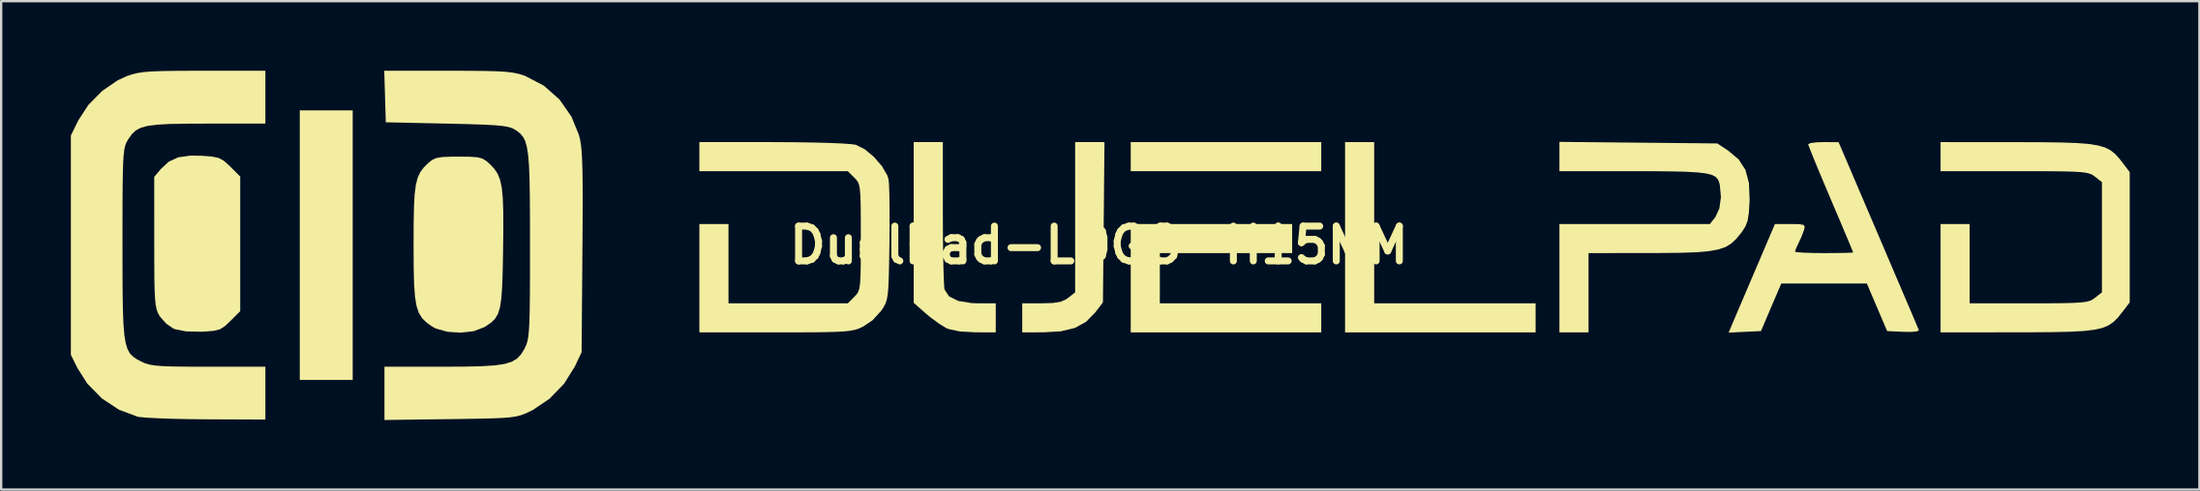
<source format=kicad_pcb>
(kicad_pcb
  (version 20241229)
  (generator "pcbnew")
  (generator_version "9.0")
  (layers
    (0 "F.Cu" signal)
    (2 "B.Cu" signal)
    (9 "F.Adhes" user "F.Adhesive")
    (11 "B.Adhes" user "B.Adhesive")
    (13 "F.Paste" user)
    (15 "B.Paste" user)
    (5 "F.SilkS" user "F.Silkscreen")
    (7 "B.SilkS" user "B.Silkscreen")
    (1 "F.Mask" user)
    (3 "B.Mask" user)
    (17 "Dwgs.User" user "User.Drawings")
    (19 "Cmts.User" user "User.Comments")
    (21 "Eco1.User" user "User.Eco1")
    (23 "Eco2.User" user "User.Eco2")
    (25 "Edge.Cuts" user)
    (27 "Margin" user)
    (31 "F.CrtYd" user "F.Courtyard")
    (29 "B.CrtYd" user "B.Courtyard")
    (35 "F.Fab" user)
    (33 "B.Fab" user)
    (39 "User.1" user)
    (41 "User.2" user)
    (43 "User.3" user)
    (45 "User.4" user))
  (footprint "DuelPad-LOGO-H15MM"
    (layer "F.Cu")
    (at 44.251 7.517)
    (property "Reference" "DuelPad-LOGO-H15MM" (at 0 0 0) (layer "F.SilkS") (effects (font (size 1.5 1.5) (thickness 0.3))))
    (attr board_only exclude_from_pos_files exclude_from_bom)
    (fp_poly (pts (xy -32.12 0) (xy -32.12 5.809) (xy -33.259 5.809) (xy -34.398 5.809) (xy -34.398 0) (xy -34.398 -5.809) (xy -33.259 -5.809) (xy -32.12 -5.809)) (stroke (width 0) (type solid)) (fill yes) (layer "F.SilkS"))
    (fp_poly (pts (xy 9.568 -3.816) (xy 9.568 -3.189) (xy 5.467 -3.189) (xy 1.367 -3.189) (xy 1.367 -3.816) (xy 1.367 -4.442) (xy 5.467 -4.442) (xy 9.568 -4.442)) (stroke (width 0) (type solid)) (fill yes) (layer "F.SilkS"))
    (fp_poly (pts (xy 11.846 -0.968) (xy 11.846 2.506) (xy 15.32 2.506) (xy 18.794 2.506) (xy 18.794 3.132) (xy 18.794 3.759) (xy 14.693 3.759) (xy 10.593 3.759) (xy 10.593 -0.342) (xy 10.593 -4.442) (xy 11.219 -4.442) (xy 11.846 -4.442)) (stroke (width 0) (type solid)) (fill yes) (layer "F.SilkS"))
    (fp_poly (pts (xy 8.315 -0.285) (xy 8.315 0.342) (xy 5.467 0.342) (xy 2.62 0.342) (xy 2.62 1.424) (xy 2.62 2.506) (xy 6.094 2.506) (xy 9.568 2.506) (xy 9.568 3.132) (xy 9.568 3.759) (xy 5.467 3.759) (xy 1.367 3.759) (xy 1.367 1.424) (xy 1.367 -0.911) (xy 4.841 -0.911) (xy 8.315 -0.911)) (stroke (width 0) (type solid)) (fill yes) (layer "F.SilkS"))
    (fp_poly (pts (xy 0.204 -0.988) (xy 0.171 2.467) (xy -0.158 2.897) (xy -0.551 3.3) (xy -1.032 3.567) (xy -1.643 3.713) (xy -2.363 3.756) (xy -3.303 3.759) (xy -3.303 3.132) (xy -3.303 2.506) (xy -2.464 2.506) (xy -1.982 2.492) (xy -1.658 2.441) (xy -1.424 2.34) (xy -1.325 2.27) (xy -1.025 2.034) (xy -1.025 -1.204) (xy -1.025 -4.442) (xy -0.394 -4.442) (xy 0.237 -4.442)) (stroke (width 0) (type solid)) (fill yes) (layer "F.SilkS"))
    (fp_poly (pts (xy -6.719 -1.395) (xy -6.716 -0.572) (xy -6.708 0.187) (xy -6.697 0.848) (xy -6.682 1.378) (xy -6.665 1.745) (xy -6.647 1.912) (xy -6.454 2.206) (xy -6.062 2.402) (xy -5.48 2.497) (xy -5.188 2.506) (xy -4.442 2.506) (xy -4.442 3.132) (xy -4.442 3.759) (xy -5.325 3.756) (xy -5.99 3.719) (xy -6.471 3.616) (xy -6.578 3.571) (xy -6.874 3.391) (xy -7.236 3.124) (xy -7.461 2.937) (xy -7.973 2.486) (xy -7.973 -0.978) (xy -7.973 -4.442) (xy -7.347 -4.442) (xy -6.72 -4.442)) (stroke (width 0) (type solid)) (fill yes) (layer "F.SilkS"))
    (fp_poly (pts (xy -38.613 -3.853) (xy -38.177 -3.82) (xy -37.89 -3.759) (xy -37.669 -3.64) (xy -37.437 -3.433) (xy -37.386 -3.383) (xy -36.961 -2.958) (xy -36.961 -0.057) (xy -36.961 2.844) (xy -37.388 3.271) (xy -37.626 3.494) (xy -37.832 3.625) (xy -38.085 3.691) (xy -38.461 3.722) (xy -38.641 3.73) (xy -39.3 3.717) (xy -39.772 3.621) (xy -39.835 3.596) (xy -40.147 3.381) (xy -40.414 3.082) (xy -40.432 3.053) (xy -40.504 2.922) (xy -40.559 2.773) (xy -40.6 2.576) (xy -40.628 2.301) (xy -40.646 1.917) (xy -40.657 1.395) (xy -40.661 0.704) (xy -40.662 -0.134) (xy -40.663 -2.944) (xy -40.38 -3.28) (xy -40.038 -3.598) (xy -39.631 -3.786) (xy -39.106 -3.861)) (stroke (width 0) (type solid)) (fill yes) (layer "F.SilkS"))
    (fp_poly (pts (xy 23.216 -4.418) (xy 26.613 -4.385) (xy 27.086 -4.072) (xy 27.534 -3.696) (xy 27.825 -3.246) (xy 27.976 -2.679) (xy 28.005 -1.955) (xy 28.002 -1.882) (xy 27.972 -1.392) (xy 27.919 -1.056) (xy 27.823 -0.803) (xy 27.665 -0.56) (xy 27.634 -0.52) (xy 27.428 -0.268) (xy 27.216 -0.071) (xy 26.969 0.078) (xy 26.657 0.186) (xy 26.251 0.259) (xy 25.719 0.305) (xy 25.033 0.329) (xy 24.161 0.338) (xy 23.72 0.339) (xy 21.072 0.342) (xy 21.072 2.05) (xy 21.072 3.759) (xy 20.445 3.759) (xy 19.819 3.759) (xy 19.819 1.424) (xy 19.819 -0.911) (xy 23.057 -0.911) (xy 26.295 -0.911) (xy 26.531 -1.211) (xy 26.702 -1.58) (xy 26.77 -2.069) (xy 26.723 -2.589) (xy 26.699 -2.691) (xy 26.644 -2.83) (xy 26.548 -2.941) (xy 26.386 -3.026) (xy 26.135 -3.09) (xy 25.77 -3.135) (xy 25.267 -3.164) (xy 24.603 -3.18) (xy 23.755 -3.188) (xy 22.946 -3.189) (xy 19.819 -3.189) (xy 19.819 -3.82) (xy 19.819 -4.452)) (stroke (width 0) (type solid)) (fill yes) (layer "F.SilkS"))
    (fp_poly (pts (xy -27.073 -3.811) (xy -26.751 -3.788) (xy -26.534 -3.73) (xy -26.362 -3.623) (xy -26.202 -3.479) (xy -26.021 -3.286) (xy -25.881 -3.077) (xy -25.777 -2.821) (xy -25.706 -2.489) (xy -25.662 -2.049) (xy -25.64 -1.472) (xy -25.637 -0.727) (xy -25.647 0.176) (xy -25.663 1.066) (xy -25.685 1.758) (xy -25.722 2.283) (xy -25.779 2.673) (xy -25.866 2.957) (xy -25.988 3.166) (xy -26.155 3.331) (xy -26.372 3.482) (xy -26.46 3.536) (xy -26.908 3.706) (xy -27.464 3.771) (xy -28.038 3.734) (xy -28.538 3.595) (xy -28.715 3.5) (xy -28.953 3.326) (xy -29.138 3.142) (xy -29.276 2.916) (xy -29.374 2.619) (xy -29.439 2.22) (xy -29.477 1.688) (xy -29.495 0.994) (xy -29.5 0.107) (xy -29.5 -0.032) (xy -29.497 -0.937) (xy -29.483 -1.646) (xy -29.454 -2.189) (xy -29.402 -2.6) (xy -29.324 -2.909) (xy -29.213 -3.147) (xy -29.063 -3.347) (xy -28.879 -3.531) (xy -28.709 -3.669) (xy -28.525 -3.754) (xy -28.268 -3.798) (xy -27.878 -3.814) (xy -27.562 -3.816)) (stroke (width 0) (type solid)) (fill yes) (layer "F.SilkS"))
    (fp_poly (pts (xy 39.495 -4.44) (xy 40.545 -4.437) (xy 41.393 -4.426) (xy 42.067 -4.403) (xy 42.593 -4.363) (xy 42.997 -4.299) (xy 43.306 -4.209) (xy 43.546 -4.085) (xy 43.744 -3.924) (xy 43.927 -3.721) (xy 44.036 -3.581) (xy 44.365 -3.15) (xy 44.365 -0.342) (xy 44.365 2.467) (xy 44.036 2.897) (xy 43.85 3.128) (xy 43.664 3.313) (xy 43.452 3.458) (xy 43.186 3.567) (xy 42.84 3.646) (xy 42.389 3.699) (xy 41.804 3.731) (xy 41.061 3.748) (xy 40.131 3.755) (xy 39.495 3.756) (xy 36.221 3.759) (xy 36.221 1.424) (xy 36.221 -0.911) (xy 36.847 -0.911) (xy 37.474 -0.911) (xy 37.474 0.797) (xy 37.474 2.506) (xy 40.021 2.506) (xy 40.85 2.505) (xy 41.483 2.5) (xy 41.951 2.488) (xy 42.284 2.467) (xy 42.515 2.435) (xy 42.675 2.388) (xy 42.794 2.325) (xy 42.868 2.27) (xy 43.169 2.034) (xy 43.169 -0.342) (xy 43.169 -2.717) (xy 42.868 -2.953) (xy 42.771 -3.023) (xy 42.656 -3.077) (xy 42.498 -3.118) (xy 42.269 -3.148) (xy 41.941 -3.168) (xy 41.488 -3.18) (xy 40.881 -3.186) (xy 40.094 -3.189) (xy 39.395 -3.189) (xy 36.221 -3.189) (xy 36.221 -3.816) (xy 36.221 -4.442)) (stroke (width 0) (type solid)) (fill yes) (layer "F.SilkS"))
    (fp_poly (pts (xy 31.835 -4.441) (xy 33.544 -0.438) (xy 33.927 0.459) (xy 34.282 1.292) (xy 34.599 2.036) (xy 34.869 2.669) (xy 35.08 3.166) (xy 35.224 3.505) (xy 35.29 3.661) (xy 35.292 3.668) (xy 35.211 3.716) (xy 34.959 3.74) (xy 34.628 3.736) (xy 33.924 3.702) (xy 33.487 2.677) (xy 33.05 1.652) (xy 31.209 1.652) (xy 29.368 1.652) (xy 28.931 2.677) (xy 28.494 3.702) (xy 27.798 3.736) (xy 27.101 3.77) (xy 27.26 3.394) (xy 27.355 3.17) (xy 27.521 2.778) (xy 27.743 2.259) (xy 28.001 1.654) (xy 28.257 1.054) (xy 29.095 -0.911) (xy 29.761 -0.911) (xy 30.131 -0.906) (xy 30.321 -0.876) (xy 30.378 -0.8) (xy 30.349 -0.659) (xy 30.348 -0.655) (xy 30.235 -0.357) (xy 30.112 -0.091) (xy 30.001 0.146) (xy 29.956 0.279) (xy 30.062 0.304) (xy 30.35 0.325) (xy 30.774 0.338) (xy 31.209 0.342) (xy 31.712 0.339) (xy 32.119 0.333) (xy 32.384 0.323) (xy 32.462 0.313) (xy 32.419 0.205) (xy 32.3 -0.083) (xy 32.117 -0.518) (xy 31.884 -1.072) (xy 31.612 -1.712) (xy 31.494 -1.99) (xy 31.21 -2.661) (xy 30.958 -3.262) (xy 30.753 -3.761) (xy 30.607 -4.127) (xy 30.532 -4.327) (xy 30.526 -4.353) (xy 30.629 -4.401) (xy 30.896 -4.433) (xy 31.18 -4.442)) (stroke (width 0) (type solid)) (fill yes) (layer "F.SilkS"))
    (fp_poly (pts (xy -14.038 -4.442) (xy -13.162 -4.437) (xy -12.354 -4.425) (xy -11.647 -4.407) (xy -11.073 -4.383) (xy -10.665 -4.355) (xy -10.463 -4.326) (xy -10.083 -4.136) (xy -9.689 -3.808) (xy -9.343 -3.408) (xy -9.109 -3.005) (xy -9.055 -2.829) (xy -9.036 -2.602) (xy -9.021 -2.188) (xy -9.013 -1.628) (xy -9.012 -0.961) (xy -9.017 -0.229) (xy -9.02 -0.048) (xy -9.032 0.75) (xy -9.046 1.354) (xy -9.064 1.799) (xy -9.091 2.119) (xy -9.132 2.348) (xy -9.189 2.52) (xy -9.268 2.67) (xy -9.361 2.814) (xy -9.743 3.235) (xy -10.166 3.517) (xy -10.322 3.588) (xy -10.485 3.643) (xy -10.684 3.685) (xy -10.946 3.715) (xy -11.301 3.736) (xy -11.777 3.749) (xy -12.402 3.756) (xy -13.206 3.758) (xy -13.932 3.759) (xy -17.199 3.759) (xy -17.199 1.424) (xy -17.199 -0.911) (xy -16.573 -0.911) (xy -15.946 -0.911) (xy -15.946 0.797) (xy -15.946 2.506) (xy -13.378 2.506) (xy -10.81 2.506) (xy -10.531 2.226) (xy -10.436 2.126) (xy -10.365 2.02) (xy -10.316 1.874) (xy -10.283 1.657) (xy -10.264 1.334) (xy -10.254 0.874) (xy -10.251 0.242) (xy -10.251 -0.342) (xy -10.252 -1.118) (xy -10.256 -1.699) (xy -10.268 -2.119) (xy -10.29 -2.409) (xy -10.327 -2.603) (xy -10.383 -2.735) (xy -10.459 -2.836) (xy -10.531 -2.91) (xy -10.81 -3.189) (xy -14.005 -3.189) (xy -17.199 -3.189) (xy -17.199 -3.816) (xy -17.199 -4.442)) (stroke (width 0) (type solid)) (fill yes) (layer "F.SilkS"))
    (fp_poly (pts (xy -35.879 -6.378) (xy -35.879 -5.239) (xy -38.39 -5.239) (xy -39.298 -5.236) (xy -40.008 -5.223) (xy -40.55 -5.193) (xy -40.953 -5.14) (xy -41.247 -5.058) (xy -41.462 -4.94) (xy -41.628 -4.781) (xy -41.774 -4.574) (xy -41.806 -4.522) (xy -41.865 -4.415) (xy -41.912 -4.289) (xy -41.95 -4.121) (xy -41.978 -3.887) (xy -41.999 -3.562) (xy -42.013 -3.123) (xy -42.022 -2.546) (xy -42.027 -1.806) (xy -42.029 -0.88) (xy -42.029 -0.074) (xy -42.028 1.081) (xy -42.023 2.031) (xy -42.011 2.798) (xy -41.987 3.404) (xy -41.948 3.871) (xy -41.891 4.223) (xy -41.812 4.481) (xy -41.708 4.668) (xy -41.574 4.806) (xy -41.408 4.918) (xy -41.221 5.017) (xy -41.056 5.092) (xy -40.87 5.147) (xy -40.628 5.187) (xy -40.297 5.214) (xy -39.843 5.23) (xy -39.233 5.237) (xy -38.432 5.239) (xy -38.332 5.239) (xy -35.879 5.239) (xy -35.879 6.378) (xy -35.879 7.517) (xy -38.413 7.506) (xy -39.178 7.498) (xy -39.89 7.483) (xy -40.51 7.461) (xy -40.997 7.435) (xy -41.311 7.405) (xy -41.376 7.394) (xy -42.178 7.094) (xy -42.916 6.606) (xy -43.541 5.969) (xy -43.969 5.296) (xy -44.251 4.727) (xy -44.251 0) (xy -44.251 -4.727) (xy -43.932 -5.376) (xy -43.495 -6.048) (xy -42.905 -6.646) (xy -42.229 -7.11) (xy -41.849 -7.284) (xy -41.629 -7.359) (xy -41.401 -7.416) (xy -41.133 -7.458) (xy -40.788 -7.487) (xy -40.334 -7.504) (xy -39.736 -7.514) (xy -38.959 -7.517) (xy -38.551 -7.517) (xy -35.879 -7.517)) (stroke (width 0) (type solid)) (fill yes) (layer "F.SilkS"))
    (fp_poly (pts (xy -27.149 -7.516) (xy -26.463 -7.509) (xy -25.939 -7.496) (xy -25.543 -7.473) (xy -25.24 -7.438) (xy -24.998 -7.39) (xy -24.784 -7.325) (xy -24.692 -7.292) (xy -23.892 -6.874) (xy -23.221 -6.281) (xy -22.703 -5.537) (xy -22.385 -4.755) (xy -22.336 -4.562) (xy -22.297 -4.336) (xy -22.267 -4.053) (xy -22.246 -3.689) (xy -22.231 -3.219) (xy -22.223 -2.619) (xy -22.221 -1.864) (xy -22.225 -0.932) (xy -22.233 0.204) (xy -22.233 0.25) (xy -22.268 4.613) (xy -22.563 5.239) (xy -23.025 5.976) (xy -23.65 6.62) (xy -24.376 7.109) (xy -24.489 7.165) (xy -24.69 7.257) (xy -24.878 7.328) (xy -25.085 7.381) (xy -25.344 7.42) (xy -25.687 7.447) (xy -26.146 7.466) (xy -26.755 7.48) (xy -27.546 7.493) (xy -27.934 7.498) (xy -30.753 7.535) (xy -30.753 6.387) (xy -30.753 5.239) (xy -28.251 5.239) (xy -27.315 5.235) (xy -26.578 5.218) (xy -26.012 5.182) (xy -25.587 5.12) (xy -25.276 5.025) (xy -25.049 4.89) (xy -24.878 4.71) (xy -24.735 4.478) (xy -24.705 4.42) (xy -24.648 4.293) (xy -24.601 4.146) (xy -24.565 3.955) (xy -24.537 3.694) (xy -24.517 3.339) (xy -24.503 2.866) (xy -24.495 2.249) (xy -24.49 1.464) (xy -24.489 0.487) (xy -24.489 0.001) (xy -24.49 -1.141) (xy -24.496 -2.077) (xy -24.509 -2.832) (xy -24.532 -3.427) (xy -24.569 -3.885) (xy -24.622 -4.229) (xy -24.694 -4.483) (xy -24.788 -4.668) (xy -24.907 -4.807) (xy -25.054 -4.924) (xy -25.129 -4.974) (xy -25.257 -5.043) (xy -25.427 -5.096) (xy -25.669 -5.138) (xy -26.015 -5.17) (xy -26.494 -5.195) (xy -27.137 -5.217) (xy -27.974 -5.237) (xy -28.071 -5.239) (xy -30.696 -5.296) (xy -30.729 -6.407) (xy -30.762 -7.517) (xy -28.028 -7.517)) (stroke (width 0) (type solid)) (fill yes) (layer "F.SilkS")))
  (gr_rect
    (start -3 -3)
    (end 91.615 18.053)
    (stroke (width 0.1) (type default))
    (fill no)
    (layer "Edge.Cuts")))
</source>
